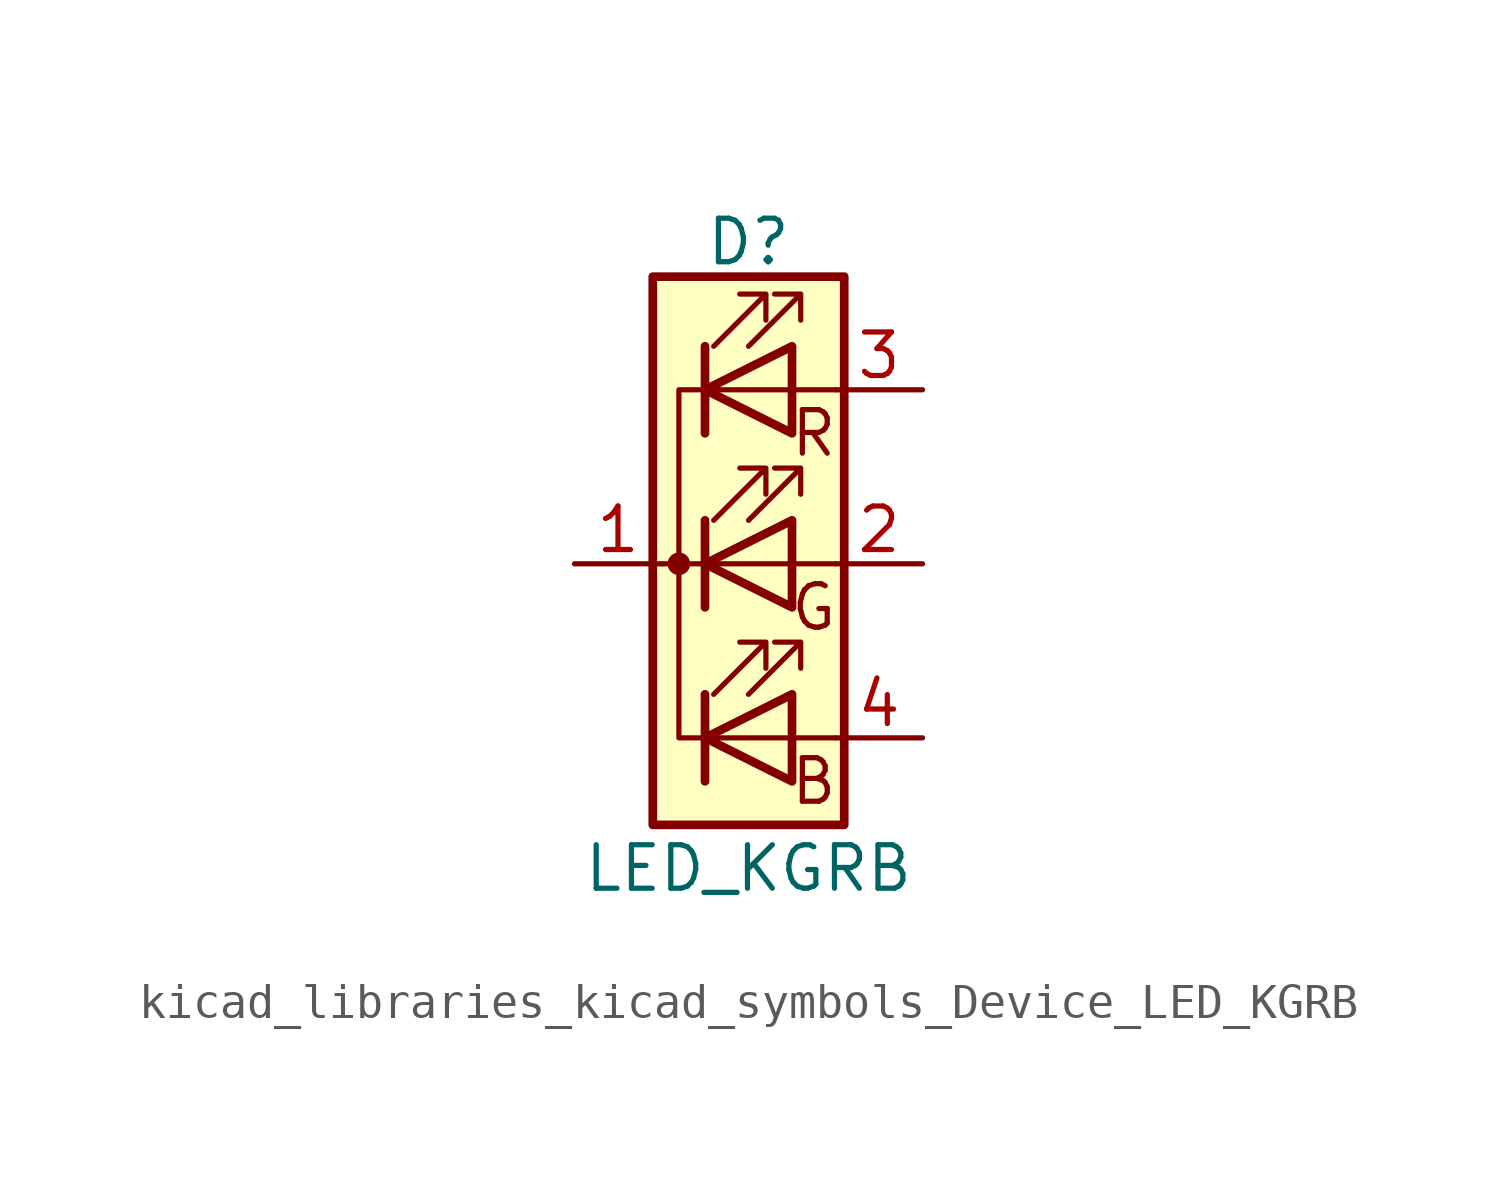
<source format=kicad_sym>
(kicad_symbol_lib
  (version 20220914)
  (generator kicad_symbol_editor)
  (symbol "kicad_libraries_kicad_symbols_Device_LED_KGRB"
    (pin_names
      (offset 0) hide)
    (property "Reference" "D"
      (at 0 9.398 0)
      (effects (font (size 1.27 1.27))))
    (property "Value" "LED_KGRB"
      (at 0 -8.89 0)
      (effects (font (size 1.27 1.27))))
    (symbol "kicad_libraries_kicad_symbols_Device_LED_KGRB_0_0"
      (text "B" (at 1.905 -6.35 0) (effects (font (size 1.27 1.27))))
      (text "G" (at 1.905 -1.27 0) (effects (font (size 1.27 1.27))))
      (text "R" (at 1.905 3.81 0) (effects (font (size 1.27 1.27)))))
    (symbol "kicad_libraries_kicad_symbols_Device_LED_KGRB_0_1"
      (circle (center -2.032 0) (radius 0.254) (stroke (width 0) (type default)) (fill (type outline)))
      (polyline (pts (xy -1.27 -5.08) (xy 1.27 -5.08)) (stroke (width 0) (type default)) (fill (type none)))
      (polyline (pts (xy -1.27 -3.81) (xy -1.27 -6.35)) (stroke (width 0.254) (type default)) (fill (type none)))
      (polyline (pts (xy -1.27 0) (xy -2.54 0)) (stroke (width 0) (type default)) (fill (type none)))
      (polyline (pts (xy -1.27 1.27) (xy -1.27 -1.27)) (stroke (width 0.254) (type default)) (fill (type none)))
      (polyline (pts (xy -1.27 5.08) (xy 1.27 5.08)) (stroke (width 0) (type default)) (fill (type none)))
      (polyline (pts (xy -1.27 6.35) (xy -1.27 3.81)) (stroke (width 0.254) (type default)) (fill (type none)))
      (polyline (pts (xy 1.27 -5.08) (xy 2.54 -5.08)) (stroke (width 0) (type default)) (fill (type none)))
      (polyline (pts (xy 1.27 0) (xy -1.27 0)) (stroke (width 0) (type default)) (fill (type none)))
      (polyline (pts (xy 1.27 0) (xy 2.54 0)) (stroke (width 0) (type default)) (fill (type none)))
      (polyline (pts (xy 1.27 5.08) (xy 2.54 5.08)) (stroke (width 0) (type default)) (fill (type none)))
      (polyline (pts (xy -1.27 1.27) (xy -1.27 -1.27) (xy -1.27 -1.27)) (stroke (width 0) (type default)) (fill (type none)))
      (polyline (pts (xy -1.27 6.35) (xy -1.27 3.81) (xy -1.27 3.81)) (stroke (width 0) (type default)) (fill (type none)))
      (polyline (pts (xy -1.27 5.08) (xy -2.032 5.08) (xy -2.032 -5.08) (xy -1.016 -5.08)) (stroke (width 0) (type default)) (fill (type none)))
      (polyline (pts (xy 1.27 -3.81) (xy 1.27 -6.35) (xy -1.27 -5.08) (xy 1.27 -3.81)) (stroke (width 0.254) (type default)) (fill (type none)))
      (polyline (pts (xy 1.27 1.27) (xy 1.27 -1.27) (xy -1.27 0) (xy 1.27 1.27)) (stroke (width 0.254) (type default)) (fill (type none)))
      (polyline (pts (xy 1.27 6.35) (xy 1.27 3.81) (xy -1.27 5.08) (xy 1.27 6.35)) (stroke (width 0.254) (type default)) (fill (type none)))
      (polyline (pts (xy -1.016 -3.81) (xy 0.508 -2.286) (xy -0.254 -2.286) (xy 0.508 -2.286) (xy 0.508 -3.048)) (stroke (width 0) (type default)) (fill (type none)))
      (polyline (pts (xy -1.016 1.27) (xy 0.508 2.794) (xy -0.254 2.794) (xy 0.508 2.794) (xy 0.508 2.032)) (stroke (width 0) (type default)) (fill (type none)))
      (polyline (pts (xy -1.016 6.35) (xy 0.508 7.874) (xy -0.254 7.874) (xy 0.508 7.874) (xy 0.508 7.112)) (stroke (width 0) (type default)) (fill (type none)))
      (polyline (pts (xy 0 -3.81) (xy 1.524 -2.286) (xy 0.762 -2.286) (xy 1.524 -2.286) (xy 1.524 -3.048)) (stroke (width 0) (type default)) (fill (type none)))
      (polyline (pts (xy 0 1.27) (xy 1.524 2.794) (xy 0.762 2.794) (xy 1.524 2.794) (xy 1.524 2.032)) (stroke (width 0) (type default)) (fill (type none)))
      (polyline (pts (xy 0 6.35) (xy 1.524 7.874) (xy 0.762 7.874) (xy 1.524 7.874) (xy 1.524 7.112)) (stroke (width 0) (type default)) (fill (type none)))
      (rectangle (start 1.27 -1.27) (end 1.27 1.27) (stroke (width 0) (type default)) (fill (type none)))
      (rectangle (start 1.27 1.27) (end 1.27 1.27) (stroke (width 0) (type default)) (fill (type none)))
      (rectangle (start 1.27 3.81) (end 1.27 6.35) (stroke (width 0) (type default)) (fill (type none)))
      (rectangle (start 1.27 6.35) (end 1.27 6.35) (stroke (width 0) (type default)) (fill (type none)))
      (rectangle (start 2.794 8.382) (end -2.794 -7.62) (stroke (width 0.254) (type default)) (fill (type background))))
    (symbol "kicad_libraries_kicad_symbols_Device_LED_KGRB_1_1"
      (pin passive line (at -5.08 0 0) (length 2.54) (name "K" (effects (font (size 1.27 1.27)))) (number "1" (effects (font (size 1.27 1.27)))))
      (pin passive line (at 5.08 0 180) (length 2.54) (name "GA" (effects (font (size 1.27 1.27)))) (number "2" (effects (font (size 1.27 1.27)))))
      (pin passive line (at 5.08 5.08 180) (length 2.54) (name "RA" (effects (font (size 1.27 1.27)))) (number "3" (effects (font (size 1.27 1.27)))))
      (pin passive line (at 5.08 -5.08 180) (length 2.54) (name "BA" (effects (font (size 1.27 1.27)))) (number "4" (effects (font (size 1.27 1.27))))))))
</source>
